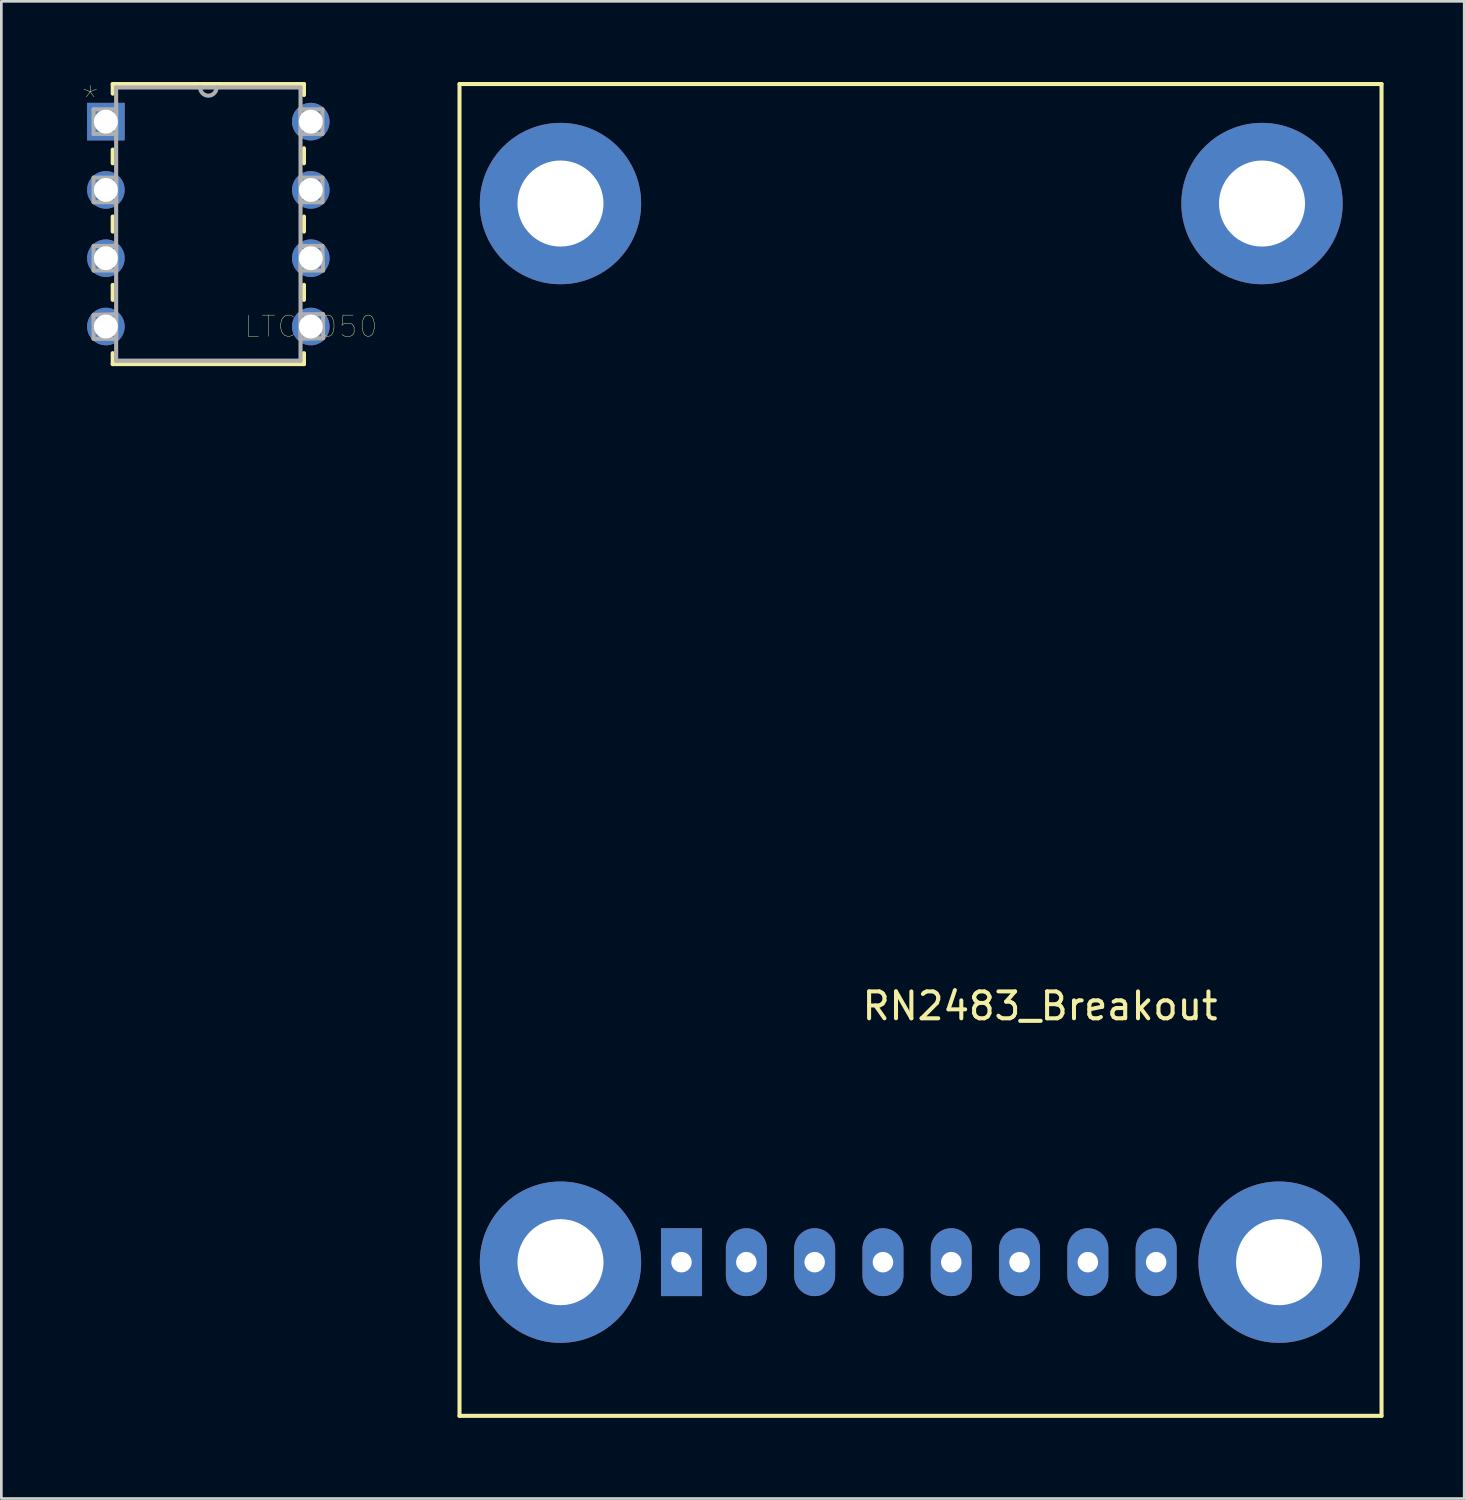
<source format=kicad_pcb>
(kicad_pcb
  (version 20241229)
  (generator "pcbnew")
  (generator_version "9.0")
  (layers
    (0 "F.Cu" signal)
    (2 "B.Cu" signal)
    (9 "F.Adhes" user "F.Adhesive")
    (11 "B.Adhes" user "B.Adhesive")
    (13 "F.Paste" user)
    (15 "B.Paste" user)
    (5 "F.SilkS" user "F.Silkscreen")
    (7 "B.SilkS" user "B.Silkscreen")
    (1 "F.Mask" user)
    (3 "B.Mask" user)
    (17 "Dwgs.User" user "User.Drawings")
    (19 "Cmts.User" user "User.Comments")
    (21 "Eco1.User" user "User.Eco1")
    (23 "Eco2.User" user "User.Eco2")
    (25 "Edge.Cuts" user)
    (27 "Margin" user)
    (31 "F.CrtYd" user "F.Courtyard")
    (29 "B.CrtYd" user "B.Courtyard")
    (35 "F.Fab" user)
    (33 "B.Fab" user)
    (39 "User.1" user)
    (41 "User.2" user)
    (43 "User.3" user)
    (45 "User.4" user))
  (footprint "LTC1050"
    (layer "F.Cu")
    (at 8.508 9.093)
    (property "Reference" "LTC1050" (at 0 0 0) (layer "F.SilkS") (effects (font (size 0.787 0.787) (thickness 0.015))))
    (attr through_hole)
    (fp_line (start -7.366 -9.017) (end -7.366 -8.661) (stroke (width 0.152) (type solid)) (layer "F.SilkS"))
    (fp_line (start -7.366 -6.579) (end -7.366 -6.071) (stroke (width 0.152) (type solid)) (layer "F.SilkS"))
    (fp_line (start -7.366 -4.089) (end -7.366 -3.531) (stroke (width 0.152) (type solid)) (layer "F.SilkS"))
    (fp_line (start -7.366 -1.549) (end -7.366 -0.991) (stroke (width 0.152) (type solid)) (layer "F.SilkS"))
    (fp_line (start -7.366 0.991) (end -7.366 1.397) (stroke (width 0.152) (type solid)) (layer "F.SilkS"))
    (fp_line (start -7.366 1.397) (end -0.254 1.397) (stroke (width 0.152) (type solid)) (layer "F.SilkS"))
    (fp_line (start -0.254 -9.017) (end -7.366 -9.017) (stroke (width 0.152) (type solid)) (layer "F.SilkS"))
    (fp_line (start -0.254 -8.611) (end -0.254 -9.017) (stroke (width 0.152) (type solid)) (layer "F.SilkS"))
    (fp_line (start -0.254 -6.071) (end -0.254 -6.629) (stroke (width 0.152) (type solid)) (layer "F.SilkS"))
    (fp_line (start -0.254 -3.531) (end -0.254 -4.089) (stroke (width 0.152) (type solid)) (layer "F.SilkS"))
    (fp_line (start -0.254 -0.991) (end -0.254 -1.549) (stroke (width 0.152) (type solid)) (layer "F.SilkS"))
    (fp_line (start -0.254 1.397) (end -0.254 0.991) (stroke (width 0.152) (type solid)) (layer "F.SilkS"))
    (fp_line (start -8.077 -8.077) (end -8.077 -7.163) (stroke (width 0.152) (type solid)) (layer "F.Fab"))
    (fp_line (start -8.077 -7.163) (end -7.239 -7.163) (stroke (width 0.152) (type solid)) (layer "F.Fab"))
    (fp_line (start -8.077 -5.537) (end -8.077 -4.623) (stroke (width 0.152) (type solid)) (layer "F.Fab"))
    (fp_line (start -8.077 -4.623) (end -7.239 -4.623) (stroke (width 0.152) (type solid)) (layer "F.Fab"))
    (fp_line (start -8.077 -2.997) (end -8.077 -2.083) (stroke (width 0.152) (type solid)) (layer "F.Fab"))
    (fp_line (start -8.077 -2.083) (end -7.239 -2.083) (stroke (width 0.152) (type solid)) (layer "F.Fab"))
    (fp_line (start -8.077 -0.432) (end -8.077 0.457) (stroke (width 0.152) (type solid)) (layer "F.Fab"))
    (fp_line (start -8.077 0.457) (end -7.239 0.457) (stroke (width 0.152) (type solid)) (layer "F.Fab"))
    (fp_line (start -7.239 -8.89) (end -7.239 1.27) (stroke (width 0.152) (type solid)) (layer "F.Fab"))
    (fp_line (start -7.239 -8.077) (end -8.077 -8.077) (stroke (width 0.152) (type solid)) (layer "F.Fab"))
    (fp_line (start -7.239 -7.163) (end -7.239 -8.077) (stroke (width 0.152) (type solid)) (layer "F.Fab"))
    (fp_line (start -7.239 -5.537) (end -8.077 -5.537) (stroke (width 0.152) (type solid)) (layer "F.Fab"))
    (fp_line (start -7.239 -4.623) (end -7.239 -5.537) (stroke (width 0.152) (type solid)) (layer "F.Fab"))
    (fp_line (start -7.239 -2.997) (end -8.077 -2.997) (stroke (width 0.152) (type solid)) (layer "F.Fab"))
    (fp_line (start -7.239 -2.083) (end -7.239 -2.997) (stroke (width 0.152) (type solid)) (layer "F.Fab"))
    (fp_line (start -7.239 -0.457) (end -8.077 -0.432) (stroke (width 0.152) (type solid)) (layer "F.Fab"))
    (fp_line (start -7.239 0.457) (end -7.239 -0.457) (stroke (width 0.152) (type solid)) (layer "F.Fab"))
    (fp_line (start -7.239 1.27) (end -0.381 1.27) (stroke (width 0.152) (type solid)) (layer "F.Fab"))
    (fp_line (start -4.115 -8.89) (end -7.239 -8.89) (stroke (width 0.152) (type solid)) (layer "F.Fab"))
    (fp_line (start -3.505 -8.89) (end -4.115 -8.89) (stroke (width 0.152) (type solid)) (layer "F.Fab"))
    (fp_line (start -0.381 -8.89) (end -3.505 -8.89) (stroke (width 0.152) (type solid)) (layer "F.Fab"))
    (fp_line (start -0.381 -8.077) (end -0.381 -7.163) (stroke (width 0.152) (type solid)) (layer "F.Fab"))
    (fp_line (start -0.381 -7.163) (end 0.432 -7.163) (stroke (width 0.152) (type solid)) (layer "F.Fab"))
    (fp_line (start -0.381 -5.537) (end -0.381 -4.623) (stroke (width 0.152) (type solid)) (layer "F.Fab"))
    (fp_line (start -0.381 -4.623) (end 0.432 -4.623) (stroke (width 0.152) (type solid)) (layer "F.Fab"))
    (fp_line (start -0.381 -2.997) (end -0.381 -2.083) (stroke (width 0.152) (type solid)) (layer "F.Fab"))
    (fp_line (start -0.381 -2.083) (end 0.457 -2.083) (stroke (width 0.152) (type solid)) (layer "F.Fab"))
    (fp_line (start -0.381 -0.457) (end -0.381 0.457) (stroke (width 0.152) (type solid)) (layer "F.Fab"))
    (fp_line (start -0.381 0.457) (end 0.457 0.432) (stroke (width 0.152) (type solid)) (layer "F.Fab"))
    (fp_line (start -0.381 1.27) (end -0.381 -8.89) (stroke (width 0.152) (type solid)) (layer "F.Fab"))
    (fp_line (start 0.432 -8.077) (end -0.381 -8.077) (stroke (width 0.152) (type solid)) (layer "F.Fab"))
    (fp_line (start 0.432 -7.163) (end 0.432 -8.077) (stroke (width 0.152) (type solid)) (layer "F.Fab"))
    (fp_line (start 0.432 -5.537) (end -0.381 -5.537) (stroke (width 0.152) (type solid)) (layer "F.Fab"))
    (fp_line (start 0.432 -4.623) (end 0.432 -5.537) (stroke (width 0.152) (type solid)) (layer "F.Fab"))
    (fp_line (start 0.432 -2.997) (end -0.381 -2.997) (stroke (width 0.152) (type solid)) (layer "F.Fab"))
    (fp_line (start 0.457 -2.083) (end 0.432 -2.997) (stroke (width 0.152) (type solid)) (layer "F.Fab"))
    (fp_line (start 0.457 -0.457) (end -0.381 -0.457) (stroke (width 0.152) (type solid)) (layer "F.Fab"))
    (fp_line (start 0.457 0.432) (end 0.457 -0.457) (stroke (width 0.152) (type solid)) (layer "F.Fab"))
    (fp_arc (start -3.5052 -8.89) (mid -3.81 -8.5852) (end -4.1148 -8.89) (stroke (width 0.1524) (type solid)) (layer "F.Fab"))
    (fp_text user "*" (at -8.204 -8.433 0) (layer "F.SilkS") (effects (font (size 1 1) (thickness 0.015))))
    (fp_text user "*" (at -7.569 -6.985 0) (layer "F.Fab") (effects (font (size 1 1) (thickness 0.015))))
    (pad "1" thru_hole rect (at -7.62 -7.62) (size 1.397 1.397) (drill 0.889) (layers "*.Cu" "*.Mask"))
    (pad "2" thru_hole circle (at -7.62 -5.08) (size 1.397 1.397) (drill 0.889) (layers "*.Cu" "*.Mask"))
    (pad "3" thru_hole circle (at -7.62 -2.54) (size 1.397 1.397) (drill 0.889) (layers "*.Cu" "*.Mask"))
    (pad "4" thru_hole circle (at -7.62 0) (size 1.397 1.397) (drill 0.889) (layers "*.Cu" "*.Mask"))
    (pad "5" thru_hole circle (at 0 0) (size 1.397 1.397) (drill 0.889) (layers "*.Cu" "*.Mask"))
    (pad "6" thru_hole circle (at 0 -2.54) (size 1.397 1.397) (drill 0.889) (layers "*.Cu" "*.Mask"))
    (pad "7" thru_hole circle (at 0 -5.08) (size 1.397 1.397) (drill 0.889) (layers "*.Cu" "*.Mask"))
    (pad "8" thru_hole circle (at 0 -7.62) (size 1.397 1.397) (drill 0.889) (layers "*.Cu" "*.Mask")))
  (footprint "RN2483_Breakout"
    (layer "F.Cu")
    (at 22.294 43.89)
    (property "Reference" "RN2483_Breakout" (at 13.335 -9.525 0) (layer "F.SilkS") (effects (font (size 1 1) (thickness 0.15))))
    (attr through_hole)
    (fp_line (start -8.255 -43.815) (end -8.255 5.715) (stroke (width 0.15) (type solid)) (layer "F.SilkS"))
    (fp_line (start -8.255 5.715) (end 26.035 5.715) (stroke (width 0.15) (type solid)) (layer "F.SilkS"))
    (fp_line (start 26.035 -43.815) (end -8.255 -43.815) (stroke (width 0.15) (type solid)) (layer "F.SilkS"))
    (fp_line (start 26.035 5.715) (end 26.035 -43.815) (stroke (width 0.15) (type solid)) (layer "F.SilkS"))
    (pad "" np_thru_hole circle (at -4.5 -39.37) (size 6 6) (drill 3.2) (layers "*.Cu" "*.Mask"))
    (pad "" np_thru_hole circle (at -4.5 0) (size 6 6) (drill 3.2) (layers "*.Cu" "*.Mask"))
    (pad "" np_thru_hole circle (at 21.59 -39.37) (size 6 6) (drill 3.2) (layers "*.Cu" "*.Mask"))
    (pad "" np_thru_hole circle (at 22.225 0) (size 6 6) (drill 3.2) (layers "*.Cu" "*.Mask"))
    (pad "1" thru_hole rect (at 0 0) (size 1.524 2.524) (drill 0.762) (layers "*.Cu" "*.Mask"))
    (pad "2" thru_hole oval (at 2.413 0) (size 1.524 2.524) (drill 0.762) (layers "*.Cu" "*.Mask"))
    (pad "3" thru_hole oval (at 4.953 0) (size 1.524 2.524) (drill 0.762) (layers "*.Cu" "*.Mask"))
    (pad "4" thru_hole oval (at 7.493 0) (size 1.524 2.524) (drill 0.762) (layers "*.Cu" "*.Mask"))
    (pad "5" thru_hole oval (at 10.033 0) (size 1.524 2.524) (drill 0.762) (layers "*.Cu" "*.Mask"))
    (pad "6" thru_hole oval (at 12.573 0) (size 1.524 2.524) (drill 0.762) (layers "*.Cu" "*.Mask"))
    (pad "7" thru_hole oval (at 15.113 0) (size 1.524 2.524) (drill 0.762) (layers "*.Cu" "*.Mask"))
    (pad "8" thru_hole oval (at 17.653 0) (size 1.524 2.524) (drill 0.762) (layers "*.Cu" "*.Mask")))
  (gr_rect
    (start -3 -3)
    (end 51.404 52.68)
    (stroke (width 0.1) (type default))
    (fill no)
    (layer "Edge.Cuts")))
</source>
